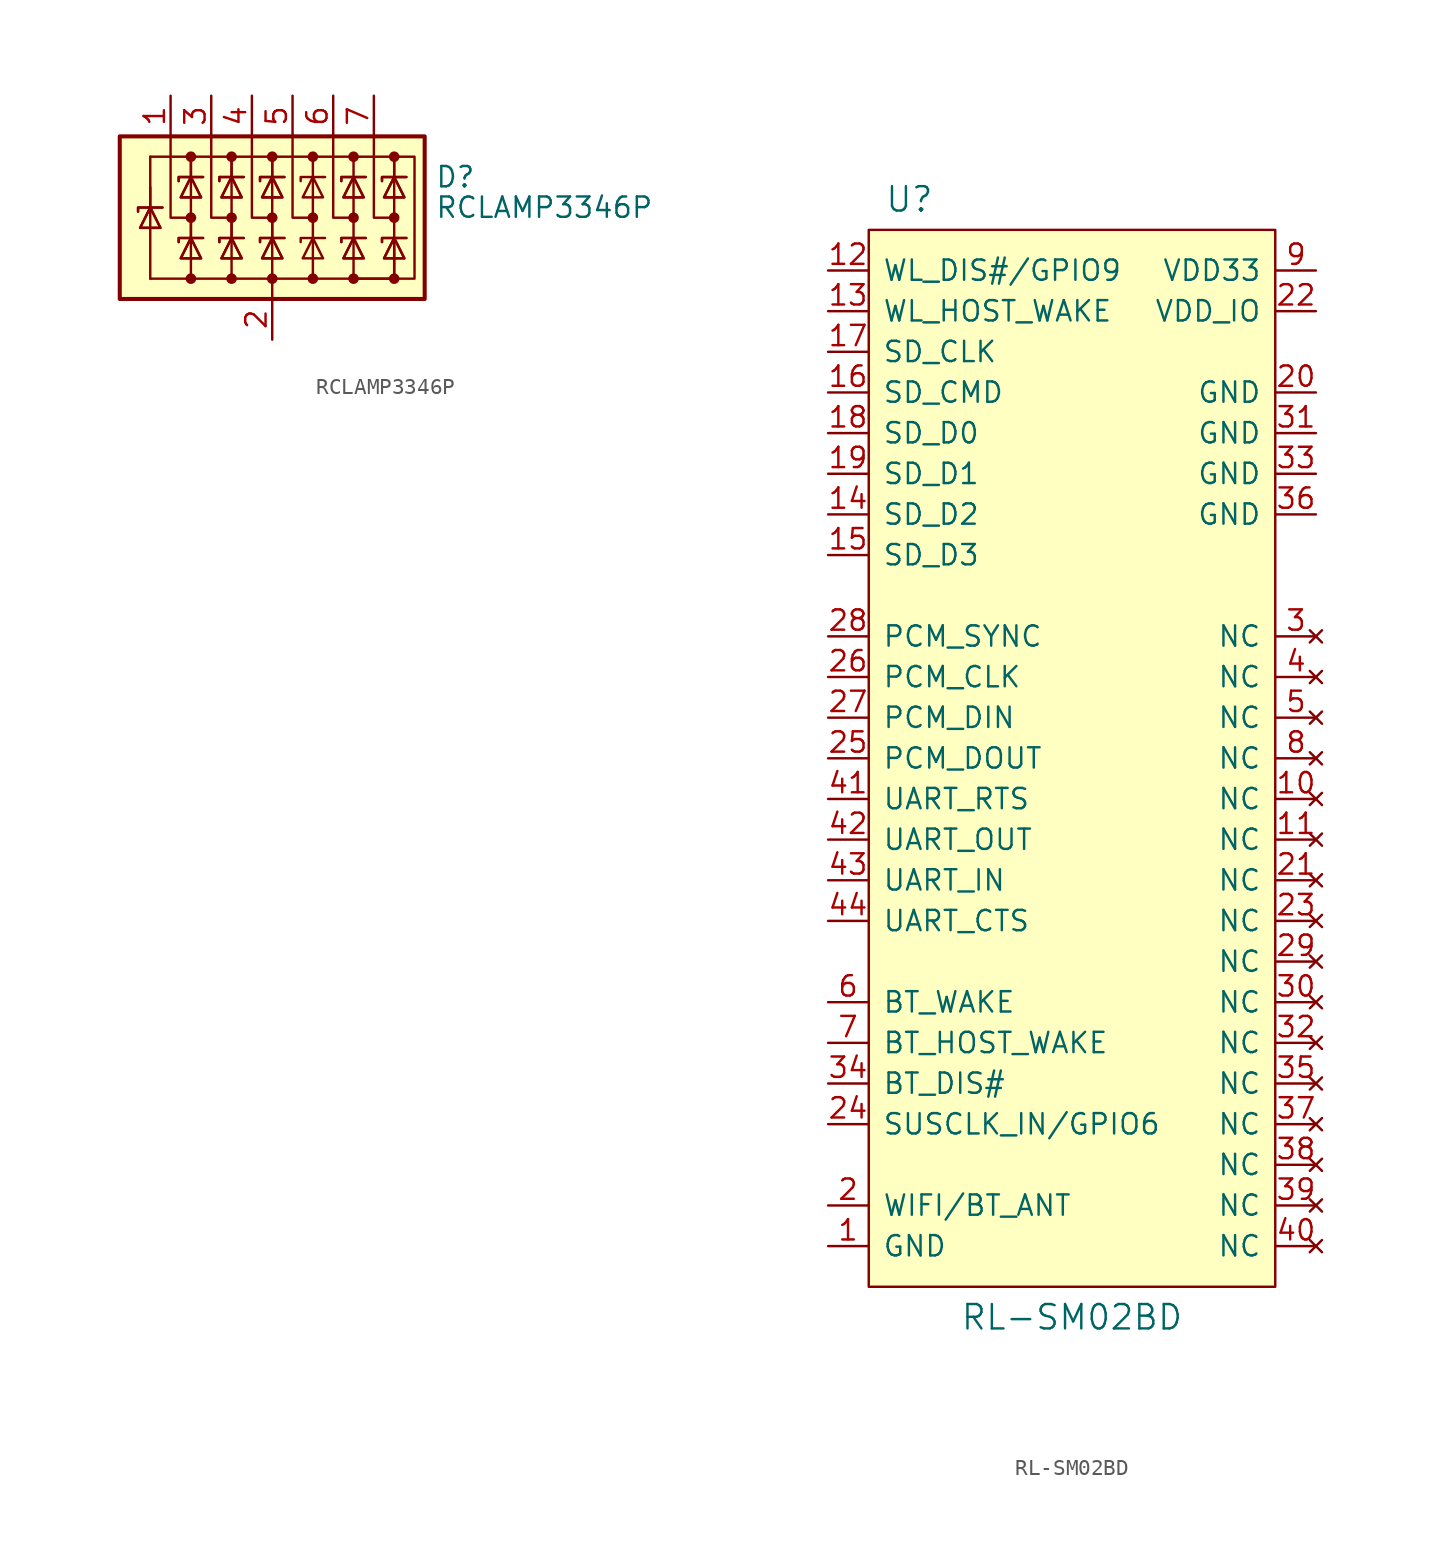
<source format=kicad_sym>
(kicad_symbol_lib
  (version 20220914)
  (generator kicad_symbol_editor)
  (symbol "RCLAMP3346P"
    (pin_names hide)
    (property "Reference" "D"
      (at 10.16 2.54 0)
      (effects (font (size 1.27 1.27)) (justify left)))
    (property "Value" "RCLAMP3346P"
      (at 10.16 0.635 0)
      (effects (font (size 1.27 1.27)) (justify left)))
    (symbol "RCLAMP3346P_0_0"
      (pin passive line (at 0 -7.62 90) (length 2.54) (name "A" (effects (font (size 1.27 1.27)))) (number "2" (effects (font (size 1.27 1.27))))))
    (symbol "RCLAMP3346P_0_1"
      (rectangle (start -9.525 5.08) (end 9.525 -5.08) (stroke (width 0.254) (type default)) (fill (type background)))
      (circle (center -5.08 -3.81) (radius 0.254) (stroke (width 0) (type default)) (fill (type outline)))
      (circle (center -5.08 0) (radius 0.254) (stroke (width 0) (type default)) (fill (type outline)))
      (circle (center -5.08 3.81) (radius 0.254) (stroke (width 0) (type default)) (fill (type outline)))
      (circle (center -2.54 -3.81) (radius 0.254) (stroke (width 0) (type default)) (fill (type outline)))
      (circle (center -2.54 0) (radius 0.254) (stroke (width 0) (type default)) (fill (type outline)))
      (circle (center -2.54 3.81) (radius 0.254) (stroke (width 0) (type default)) (fill (type outline)))
      (circle (center 0 -3.81) (radius 0.254) (stroke (width 0) (type default)) (fill (type outline)))
      (polyline (pts (xy -7.62 0.635) (xy -7.62 -3.81)) (stroke (width 0) (type default)) (fill (type none)))
      (polyline (pts (xy -7.62 1.905) (xy -7.62 0.635)) (stroke (width 0) (type default)) (fill (type none)))
      (polyline (pts (xy -7.62 3.81) (xy -7.62 0.635)) (stroke (width 0) (type default)) (fill (type none)))
      (polyline (pts (xy -5.08 -3.81) (xy -7.62 -3.81)) (stroke (width 0) (type default)) (fill (type none)))
      (polyline (pts (xy -5.08 0) (xy -5.08 -1.27)) (stroke (width 0) (type default)) (fill (type none)))
      (polyline (pts (xy -5.08 2.54) (xy -5.08 -1.27)) (stroke (width 0) (type default)) (fill (type none)))
      (polyline (pts (xy -5.08 3.81) (xy -5.08 2.54)) (stroke (width 0) (type default)) (fill (type none)))
      (polyline (pts (xy -5.08 3.81) (xy -5.08 2.54)) (stroke (width 0) (type default)) (fill (type none)))
      (polyline (pts (xy -2.54 0) (xy -2.54 -1.27)) (stroke (width 0) (type default)) (fill (type none)))
      (polyline (pts (xy -2.54 2.54) (xy -2.54 -1.27)) (stroke (width 0) (type default)) (fill (type none)))
      (polyline (pts (xy -2.54 3.81) (xy -2.54 2.54)) (stroke (width 0) (type default)) (fill (type none)))
      (polyline (pts (xy -2.54 3.81) (xy -2.54 2.54)) (stroke (width 0) (type default)) (fill (type none)))
      (polyline (pts (xy 0 -5.08) (xy 0 -3.81)) (stroke (width 0) (type default)) (fill (type none)))
      (polyline (pts (xy 0 0) (xy 0 -1.27)) (stroke (width 0) (type default)) (fill (type none)))
      (polyline (pts (xy 0 2.54) (xy 0 -1.27)) (stroke (width 0) (type default)) (fill (type none)))
      (polyline (pts (xy 0 3.81) (xy 0 2.54)) (stroke (width 0) (type default)) (fill (type none)))
      (polyline (pts (xy 0 3.81) (xy 0 2.54)) (stroke (width 0) (type default)) (fill (type none)))
      (polyline (pts (xy 2.54 -3.81) (xy 2.54 2.54)) (stroke (width 0) (type default)) (fill (type none)))
      (polyline (pts (xy 2.54 3.81) (xy 2.54 2.54)) (stroke (width 0) (type default)) (fill (type none)))
      (polyline (pts (xy 3.175 -1.27) (xy 3.302 -1.27)) (stroke (width 0) (type default)) (fill (type none)))
      (polyline (pts (xy 3.175 2.54) (xy 3.302 2.54)) (stroke (width 0) (type default)) (fill (type none)))
      (polyline (pts (xy 5.08 2.54) (xy 5.08 -1.27)) (stroke (width 0) (type default)) (fill (type none)))
      (polyline (pts (xy 5.08 3.81) (xy 5.08 2.54)) (stroke (width 0) (type default)) (fill (type none)))
      (polyline (pts (xy 7.62 2.54) (xy 7.62 -1.27)) (stroke (width 0) (type default)) (fill (type none)))
      (polyline (pts (xy 7.62 3.81) (xy 7.62 2.54)) (stroke (width 0) (type default)) (fill (type none)))
      (polyline (pts (xy 7.62 3.81) (xy 7.62 2.54)) (stroke (width 0) (type default)) (fill (type none)))
      (polyline (pts (xy -6.35 5.08) (xy -6.35 0) (xy -5.08 0)) (stroke (width 0) (type default)) (fill (type none)))
      (polyline (pts (xy -5.08 -1.27) (xy -5.08 -3.81) (xy -2.54 -3.81)) (stroke (width 0) (type default)) (fill (type none)))
      (polyline (pts (xy -3.81 5.08) (xy -3.81 0) (xy -2.54 0)) (stroke (width 0) (type default)) (fill (type none)))
      (polyline (pts (xy -2.54 -1.27) (xy -2.54 -3.81) (xy 0 -3.81)) (stroke (width 0) (type default)) (fill (type none)))
      (polyline (pts (xy -1.27 5.08) (xy -1.27 0) (xy 0 0)) (stroke (width 0) (type default)) (fill (type none)))
      (polyline (pts (xy 1.27 5.08) (xy 1.27 0) (xy 2.54 0)) (stroke (width 0) (type default)) (fill (type none)))
      (polyline (pts (xy 3.175 -1.27) (xy 1.778 -1.27) (xy 1.778 -1.524)) (stroke (width 0) (type default)) (fill (type none)))
      (polyline (pts (xy 3.175 2.54) (xy 1.778 2.54) (xy 1.778 2.286)) (stroke (width 0) (type default)) (fill (type none)))
      (polyline (pts (xy 3.81 5.08) (xy 3.81 0) (xy 5.08 0)) (stroke (width 0) (type default)) (fill (type none)))
      (polyline (pts (xy 6.35 5.08) (xy 6.35 0) (xy 7.62 0)) (stroke (width 0) (type default)) (fill (type none)))
      (polyline (pts (xy 7.62 -1.27) (xy 7.62 -3.81) (xy 5.08 -3.81)) (stroke (width 0) (type default)) (fill (type none)))
      (polyline (pts (xy 7.62 -1.27) (xy 7.62 -3.81) (xy 5.08 -3.81)) (stroke (width 0) (type default)) (fill (type none)))
      (polyline (pts (xy -8.382 0.381) (xy -8.382 0.635) (xy -6.985 0.635) (xy -6.858 0.635)) (stroke (width 0) (type default)) (fill (type none)))
      (polyline (pts (xy -8.382 0.381) (xy -8.382 0.635) (xy -6.985 0.635) (xy -6.858 0.635)) (stroke (width 0) (type default)) (fill (type none)))
      (polyline (pts (xy -7.62 0.635) (xy -6.985 -0.635) (xy -8.255 -0.635) (xy -7.62 0.635)) (stroke (width 0) (type default)) (fill (type none)))
      (polyline (pts (xy -7.62 0.635) (xy -6.985 -0.635) (xy -8.255 -0.635) (xy -7.62 0.635)) (stroke (width 0) (type default)) (fill (type none)))
      (polyline (pts (xy -7.62 3.81) (xy 8.89 3.81) (xy 8.89 -3.81) (xy 7.62 -3.81)) (stroke (width 0) (type default)) (fill (type none)))
      (polyline (pts (xy -5.842 -1.524) (xy -5.842 -1.27) (xy -4.445 -1.27) (xy -4.318 -1.27)) (stroke (width 0) (type default)) (fill (type none)))
      (polyline (pts (xy -5.842 -1.524) (xy -5.842 -1.27) (xy -4.445 -1.27) (xy -4.318 -1.27)) (stroke (width 0) (type default)) (fill (type none)))
      (polyline (pts (xy -5.842 2.286) (xy -5.842 2.54) (xy -4.445 2.54) (xy -4.318 2.54)) (stroke (width 0) (type default)) (fill (type none)))
      (polyline (pts (xy -5.842 2.286) (xy -5.842 2.54) (xy -4.445 2.54) (xy -4.318 2.54)) (stroke (width 0) (type default)) (fill (type none)))
      (polyline (pts (xy -5.08 -1.27) (xy -4.445 -2.54) (xy -5.715 -2.54) (xy -5.08 -1.27)) (stroke (width 0) (type default)) (fill (type none)))
      (polyline (pts (xy -5.08 -1.27) (xy -4.445 -2.54) (xy -5.715 -2.54) (xy -5.08 -1.27)) (stroke (width 0) (type default)) (fill (type none)))
      (polyline (pts (xy -5.08 2.54) (xy -4.445 1.27) (xy -5.715 1.27) (xy -5.08 2.54)) (stroke (width 0) (type default)) (fill (type none)))
      (polyline (pts (xy -5.08 2.54) (xy -4.445 1.27) (xy -5.715 1.27) (xy -5.08 2.54)) (stroke (width 0) (type default)) (fill (type none)))
      (polyline (pts (xy -3.302 -1.524) (xy -3.302 -1.27) (xy -1.905 -1.27) (xy -1.778 -1.27)) (stroke (width 0) (type default)) (fill (type none)))
      (polyline (pts (xy -3.302 -1.524) (xy -3.302 -1.27) (xy -1.905 -1.27) (xy -1.778 -1.27)) (stroke (width 0) (type default)) (fill (type none)))
      (polyline (pts (xy -3.302 2.286) (xy -3.302 2.54) (xy -1.905 2.54) (xy -1.778 2.54)) (stroke (width 0) (type default)) (fill (type none)))
      (polyline (pts (xy -3.302 2.286) (xy -3.302 2.54) (xy -1.905 2.54) (xy -1.778 2.54)) (stroke (width 0) (type default)) (fill (type none)))
      (polyline (pts (xy -2.54 -1.27) (xy -1.905 -2.54) (xy -3.175 -2.54) (xy -2.54 -1.27)) (stroke (width 0) (type default)) (fill (type none)))
      (polyline (pts (xy -2.54 -1.27) (xy -1.905 -2.54) (xy -3.175 -2.54) (xy -2.54 -1.27)) (stroke (width 0) (type default)) (fill (type none)))
      (polyline (pts (xy -2.54 2.54) (xy -1.905 1.27) (xy -3.175 1.27) (xy -2.54 2.54)) (stroke (width 0) (type default)) (fill (type none)))
      (polyline (pts (xy -2.54 2.54) (xy -1.905 1.27) (xy -3.175 1.27) (xy -2.54 2.54)) (stroke (width 0) (type default)) (fill (type none)))
      (polyline (pts (xy -0.762 -1.524) (xy -0.762 -1.27) (xy 0.635 -1.27) (xy 0.762 -1.27)) (stroke (width 0) (type default)) (fill (type none)))
      (polyline (pts (xy -0.762 -1.524) (xy -0.762 -1.27) (xy 0.635 -1.27) (xy 0.762 -1.27)) (stroke (width 0) (type default)) (fill (type none)))
      (polyline (pts (xy -0.762 2.286) (xy -0.762 2.54) (xy 0.635 2.54) (xy 0.762 2.54)) (stroke (width 0) (type default)) (fill (type none)))
      (polyline (pts (xy -0.762 2.286) (xy -0.762 2.54) (xy 0.635 2.54) (xy 0.762 2.54)) (stroke (width 0) (type default)) (fill (type none)))
      (polyline (pts (xy 0 -1.27) (xy 0 -3.81) (xy 5.08 -3.81) (xy 5.08 -1.27)) (stroke (width 0) (type default)) (fill (type none)))
      (polyline (pts (xy 0 -1.27) (xy 0.635 -2.54) (xy -0.635 -2.54) (xy 0 -1.27)) (stroke (width 0) (type default)) (fill (type none)))
      (polyline (pts (xy 0 -1.27) (xy 0.635 -2.54) (xy -0.635 -2.54) (xy 0 -1.27)) (stroke (width 0) (type default)) (fill (type none)))
      (polyline (pts (xy 0 2.54) (xy 0.635 1.27) (xy -0.635 1.27) (xy 0 2.54)) (stroke (width 0) (type default)) (fill (type none)))
      (polyline (pts (xy 0 2.54) (xy 0.635 1.27) (xy -0.635 1.27) (xy 0 2.54)) (stroke (width 0) (type default)) (fill (type none)))
      (polyline (pts (xy 3.175 -2.54) (xy 1.905 -2.54) (xy 2.54 -1.27) (xy 3.175 -2.54)) (stroke (width 0) (type default)) (fill (type none)))
      (polyline (pts (xy 3.175 1.27) (xy 1.905 1.27) (xy 2.54 2.54) (xy 3.175 1.27)) (stroke (width 0) (type default)) (fill (type none)))
      (polyline (pts (xy 4.318 -1.524) (xy 4.318 -1.27) (xy 5.715 -1.27) (xy 5.842 -1.27)) (stroke (width 0) (type default)) (fill (type none)))
      (polyline (pts (xy 4.318 -1.524) (xy 4.318 -1.27) (xy 5.715 -1.27) (xy 5.842 -1.27)) (stroke (width 0) (type default)) (fill (type none)))
      (polyline (pts (xy 4.318 2.286) (xy 4.318 2.54) (xy 5.715 2.54) (xy 5.842 2.54)) (stroke (width 0) (type default)) (fill (type none)))
      (polyline (pts (xy 4.318 2.286) (xy 4.318 2.54) (xy 5.715 2.54) (xy 5.842 2.54)) (stroke (width 0) (type default)) (fill (type none)))
      (polyline (pts (xy 5.08 -1.27) (xy 4.445 -2.54) (xy 5.715 -2.54) (xy 5.08 -1.27)) (stroke (width 0) (type default)) (fill (type none)))
      (polyline (pts (xy 5.08 -1.27) (xy 4.445 -2.54) (xy 5.715 -2.54) (xy 5.08 -1.27)) (stroke (width 0) (type default)) (fill (type none)))
      (polyline (pts (xy 5.08 2.54) (xy 4.445 1.27) (xy 5.715 1.27) (xy 5.08 2.54)) (stroke (width 0) (type default)) (fill (type none)))
      (polyline (pts (xy 5.08 2.54) (xy 4.445 1.27) (xy 5.715 1.27) (xy 5.08 2.54)) (stroke (width 0) (type default)) (fill (type none)))
      (polyline (pts (xy 6.858 -1.524) (xy 6.858 -1.27) (xy 8.255 -1.27) (xy 8.382 -1.27)) (stroke (width 0) (type default)) (fill (type none)))
      (polyline (pts (xy 6.858 -1.524) (xy 6.858 -1.27) (xy 8.255 -1.27) (xy 8.382 -1.27)) (stroke (width 0) (type default)) (fill (type none)))
      (polyline (pts (xy 6.858 2.286) (xy 6.858 2.54) (xy 8.255 2.54) (xy 8.382 2.54)) (stroke (width 0) (type default)) (fill (type none)))
      (polyline (pts (xy 6.858 2.286) (xy 6.858 2.54) (xy 8.255 2.54) (xy 8.382 2.54)) (stroke (width 0) (type default)) (fill (type none)))
      (polyline (pts (xy 7.62 -1.27) (xy 6.985 -2.54) (xy 8.255 -2.54) (xy 7.62 -1.27)) (stroke (width 0) (type default)) (fill (type none)))
      (polyline (pts (xy 7.62 -1.27) (xy 6.985 -2.54) (xy 8.255 -2.54) (xy 7.62 -1.27)) (stroke (width 0) (type default)) (fill (type none)))
      (polyline (pts (xy 7.62 2.54) (xy 6.985 1.27) (xy 8.255 1.27) (xy 7.62 2.54)) (stroke (width 0) (type default)) (fill (type none)))
      (polyline (pts (xy 7.62 2.54) (xy 6.985 1.27) (xy 8.255 1.27) (xy 7.62 2.54)) (stroke (width 0) (type default)) (fill (type none)))
      (circle (center 0 0) (radius 0.254) (stroke (width 0) (type default)) (fill (type outline)))
      (circle (center 0 3.81) (radius 0.254) (stroke (width 0) (type default)) (fill (type outline)))
      (circle (center 2.54 -3.81) (radius 0.254) (stroke (width 0) (type default)) (fill (type outline)))
      (circle (center 2.54 0) (radius 0.254) (stroke (width 0) (type default)) (fill (type outline)))
      (circle (center 2.54 3.81) (radius 0.254) (stroke (width 0) (type default)) (fill (type outline)))
      (circle (center 5.08 -3.81) (radius 0.254) (stroke (width 0) (type default)) (fill (type outline)))
      (circle (center 5.08 0) (radius 0.254) (stroke (width 0) (type default)) (fill (type outline)))
      (circle (center 5.08 3.81) (radius 0.254) (stroke (width 0) (type default)) (fill (type outline)))
      (circle (center 7.62 -3.81) (radius 0.254) (stroke (width 0) (type default)) (fill (type outline)))
      (circle (center 7.62 0) (radius 0.254) (stroke (width 0) (type default)) (fill (type outline)))
      (circle (center 7.62 3.81) (radius 0.254) (stroke (width 0) (type default)) (fill (type outline))))
    (symbol "RCLAMP3346P_1_1"
      (pin passive line (at -6.35 7.62 270) (length 2.54) (name "K1" (effects (font (size 1.27 1.27)))) (number "1" (effects (font (size 1.27 1.27)))))
      (pin passive line (at -3.81 7.62 270) (length 2.54) (name "K2" (effects (font (size 1.27 1.27)))) (number "3" (effects (font (size 1.27 1.27)))))
      (pin passive line (at -1.27 7.62 270) (length 2.54) (name "K3" (effects (font (size 1.27 1.27)))) (number "4" (effects (font (size 1.27 1.27)))))
      (pin passive line (at 1.27 7.62 270) (length 2.54) (name "K4" (effects (font (size 1.27 1.27)))) (number "5" (effects (font (size 1.27 1.27)))))
      (pin passive line (at 3.81 7.62 270) (length 2.54) (name "K5" (effects (font (size 1.27 1.27)))) (number "6" (effects (font (size 1.27 1.27)))))
      (pin passive line (at 6.35 7.62 270) (length 2.54) (name "K6" (effects (font (size 1.27 1.27)))) (number "7" (effects (font (size 1.27 1.27)))))))
  (symbol "RL-SM02BD"
    (pin_names
      (offset 0.889))
    (property "Reference" "U"
      (at -10.16 34.925 0)
      (effects (font (size 1.524 1.524))))
    (property "Value" "RL-SM02BD"
      (at 0 -34.925 0)
      (effects (font (size 1.524 1.524))))
    (symbol "RL-SM02BD_0_1"
      (rectangle (start 12.7 33.02) (end -12.7 -33.02) (stroke (width 0) (type default)) (fill (type background))))
    (symbol "RL-SM02BD_1_1"
      (pin power_in line (at -15.24 -30.48 0) (length 2.489) (name "GND" (effects (font (size 1.27 1.27)))) (number "1" (effects (font (size 1.27 1.27)))))
      (pin no_connect line (at 15.24 -2.54 180) (length 2.489) (name "NC" (effects (font (size 1.27 1.27)))) (number "10" (effects (font (size 1.27 1.27)))))
      (pin no_connect line (at 15.24 -5.08 180) (length 2.489) (name "NC" (effects (font (size 1.27 1.27)))) (number "11" (effects (font (size 1.27 1.27)))))
      (pin bidirectional line (at -15.24 30.48 0) (length 2.489) (name "WL_DIS#/GPIO9" (effects (font (size 1.27 1.27)))) (number "12" (effects (font (size 1.27 1.27)))))
      (pin input line (at -15.24 27.94 0) (length 2.489) (name "WL_HOST_WAKE" (effects (font (size 1.27 1.27)))) (number "13" (effects (font (size 1.27 1.27)))))
      (pin bidirectional line (at -15.24 15.24 0) (length 2.489) (name "SD_D2" (effects (font (size 1.27 1.27)))) (number "14" (effects (font (size 1.27 1.27)))))
      (pin bidirectional line (at -15.24 12.7 0) (length 2.489) (name "SD_D3" (effects (font (size 1.27 1.27)))) (number "15" (effects (font (size 1.27 1.27)))))
      (pin bidirectional line (at -15.24 22.86 0) (length 2.489) (name "SD_CMD" (effects (font (size 1.27 1.27)))) (number "16" (effects (font (size 1.27 1.27)))))
      (pin input line (at -15.24 25.4 0) (length 2.489) (name "SD_CLK" (effects (font (size 1.27 1.27)))) (number "17" (effects (font (size 1.27 1.27)))))
      (pin bidirectional line (at -15.24 20.32 0) (length 2.489) (name "SD_D0" (effects (font (size 1.27 1.27)))) (number "18" (effects (font (size 1.27 1.27)))))
      (pin bidirectional line (at -15.24 17.78 0) (length 2.489) (name "SD_D1" (effects (font (size 1.27 1.27)))) (number "19" (effects (font (size 1.27 1.27)))))
      (pin bidirectional line (at -15.24 -27.94 0) (length 2.489) (name "WIFI/BT_ANT" (effects (font (size 1.27 1.27)))) (number "2" (effects (font (size 1.27 1.27)))))
      (pin power_in line (at 15.24 22.86 180) (length 2.489) (name "GND" (effects (font (size 1.27 1.27)))) (number "20" (effects (font (size 1.27 1.27)))))
      (pin no_connect line (at 15.24 -7.62 180) (length 2.489) (name "NC" (effects (font (size 1.27 1.27)))) (number "21" (effects (font (size 1.27 1.27)))))
      (pin power_in line (at 15.24 27.94 180) (length 2.489) (name "VDD_IO" (effects (font (size 1.27 1.27)))) (number "22" (effects (font (size 1.27 1.27)))))
      (pin no_connect line (at 15.24 -10.16 180) (length 2.489) (name "NC" (effects (font (size 1.27 1.27)))) (number "23" (effects (font (size 1.27 1.27)))))
      (pin bidirectional line (at -15.24 -22.86 0) (length 2.489) (name "SUSCLK_IN/GPIO6" (effects (font (size 1.27 1.27)))) (number "24" (effects (font (size 1.27 1.27)))))
      (pin output line (at -15.24 0 0) (length 2.489) (name "PCM_DOUT" (effects (font (size 1.27 1.27)))) (number "25" (effects (font (size 1.27 1.27)))))
      (pin input line (at -15.24 5.08 0) (length 2.489) (name "PCM_CLK" (effects (font (size 1.27 1.27)))) (number "26" (effects (font (size 1.27 1.27)))))
      (pin input line (at -15.24 2.54 0) (length 2.489) (name "PCM_DIN" (effects (font (size 1.27 1.27)))) (number "27" (effects (font (size 1.27 1.27)))))
      (pin input line (at -15.24 7.62 0) (length 2.489) (name "PCM_SYNC" (effects (font (size 1.27 1.27)))) (number "28" (effects (font (size 1.27 1.27)))))
      (pin no_connect line (at 15.24 -12.7 180) (length 2.489) (name "NC" (effects (font (size 1.27 1.27)))) (number "29" (effects (font (size 1.27 1.27)))))
      (pin no_connect line (at 15.24 7.62 180) (length 2.489) (name "NC" (effects (font (size 1.27 1.27)))) (number "3" (effects (font (size 1.27 1.27)))))
      (pin no_connect line (at 15.24 -15.24 180) (length 2.489) (name "NC" (effects (font (size 1.27 1.27)))) (number "30" (effects (font (size 1.27 1.27)))))
      (pin power_in line (at 15.24 20.32 180) (length 2.489) (name "GND" (effects (font (size 1.27 1.27)))) (number "31" (effects (font (size 1.27 1.27)))))
      (pin no_connect line (at 15.24 -17.78 180) (length 2.489) (name "NC" (effects (font (size 1.27 1.27)))) (number "32" (effects (font (size 1.27 1.27)))))
      (pin power_in line (at 15.24 17.78 180) (length 2.489) (name "GND" (effects (font (size 1.27 1.27)))) (number "33" (effects (font (size 1.27 1.27)))))
      (pin input line (at -15.24 -20.32 0) (length 2.489) (name "BT_DIS#" (effects (font (size 1.27 1.27)))) (number "34" (effects (font (size 1.27 1.27)))))
      (pin no_connect line (at 15.24 -20.32 180) (length 2.489) (name "NC" (effects (font (size 1.27 1.27)))) (number "35" (effects (font (size 1.27 1.27)))))
      (pin power_in line (at 15.24 15.24 180) (length 2.489) (name "GND" (effects (font (size 1.27 1.27)))) (number "36" (effects (font (size 1.27 1.27)))))
      (pin no_connect line (at 15.24 -22.86 180) (length 2.489) (name "NC" (effects (font (size 1.27 1.27)))) (number "37" (effects (font (size 1.27 1.27)))))
      (pin no_connect line (at 15.24 -25.4 180) (length 2.489) (name "NC" (effects (font (size 1.27 1.27)))) (number "38" (effects (font (size 1.27 1.27)))))
      (pin no_connect line (at 15.24 -27.94 180) (length 2.489) (name "NC" (effects (font (size 1.27 1.27)))) (number "39" (effects (font (size 1.27 1.27)))))
      (pin no_connect line (at 15.24 5.08 180) (length 2.489) (name "NC" (effects (font (size 1.27 1.27)))) (number "4" (effects (font (size 1.27 1.27)))))
      (pin no_connect line (at 15.24 -30.48 180) (length 2.489) (name "NC" (effects (font (size 1.27 1.27)))) (number "40" (effects (font (size 1.27 1.27)))))
      (pin output line (at -15.24 -2.54 0) (length 2.489) (name "UART_RTS" (effects (font (size 1.27 1.27)))) (number "41" (effects (font (size 1.27 1.27)))))
      (pin output line (at -15.24 -5.08 0) (length 2.489) (name "UART_OUT" (effects (font (size 1.27 1.27)))) (number "42" (effects (font (size 1.27 1.27)))))
      (pin input line (at -15.24 -7.62 0) (length 2.489) (name "UART_IN" (effects (font (size 1.27 1.27)))) (number "43" (effects (font (size 1.27 1.27)))))
      (pin input line (at -15.24 -10.16 0) (length 2.489) (name "UART_CTS" (effects (font (size 1.27 1.27)))) (number "44" (effects (font (size 1.27 1.27)))))
      (pin no_connect line (at 15.24 2.54 180) (length 2.489) (name "NC" (effects (font (size 1.27 1.27)))) (number "5" (effects (font (size 1.27 1.27)))))
      (pin input line (at -15.24 -15.24 0) (length 2.489) (name "BT_WAKE" (effects (font (size 1.27 1.27)))) (number "6" (effects (font (size 1.27 1.27)))))
      (pin output line (at -15.24 -17.78 0) (length 2.489) (name "BT_HOST_WAKE" (effects (font (size 1.27 1.27)))) (number "7" (effects (font (size 1.27 1.27)))))
      (pin no_connect line (at 15.24 0 180) (length 2.489) (name "NC" (effects (font (size 1.27 1.27)))) (number "8" (effects (font (size 1.27 1.27)))))
      (pin power_in line (at 15.24 30.48 180) (length 2.489) (name "VDD33" (effects (font (size 1.27 1.27)))) (number "9" (effects (font (size 1.27 1.27))))))))
</source>
